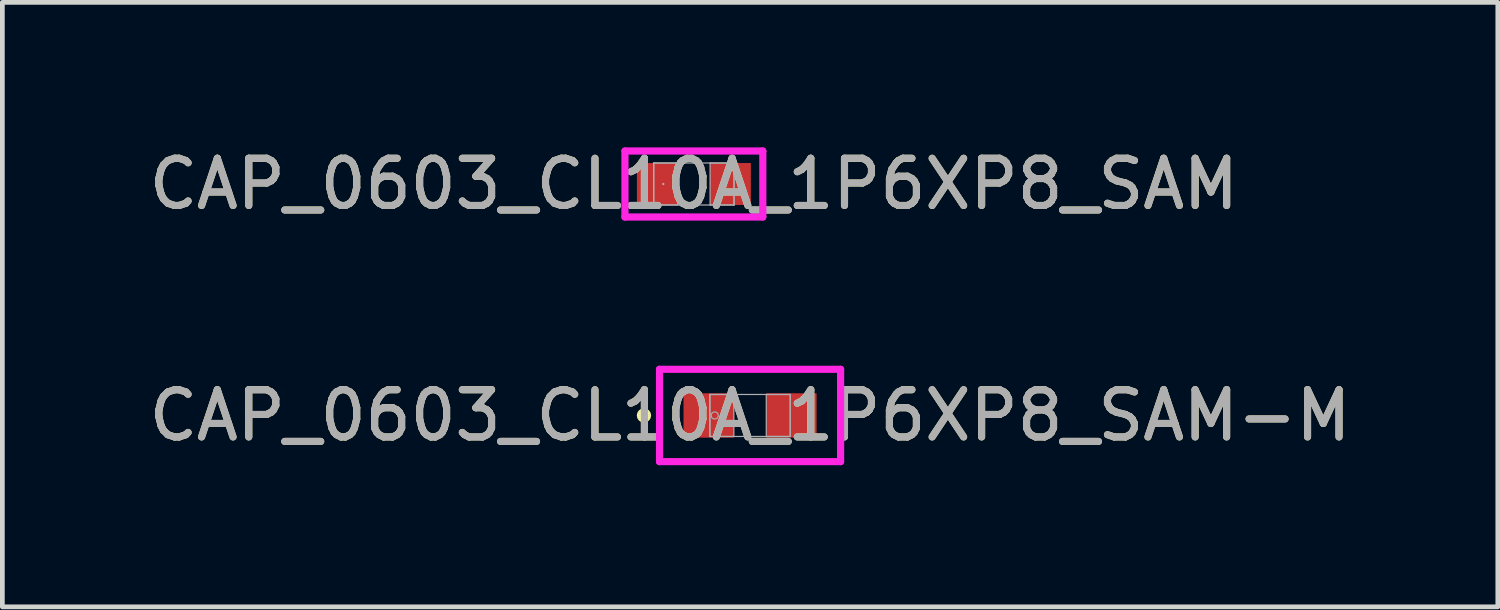
<source format=kicad_pcb>
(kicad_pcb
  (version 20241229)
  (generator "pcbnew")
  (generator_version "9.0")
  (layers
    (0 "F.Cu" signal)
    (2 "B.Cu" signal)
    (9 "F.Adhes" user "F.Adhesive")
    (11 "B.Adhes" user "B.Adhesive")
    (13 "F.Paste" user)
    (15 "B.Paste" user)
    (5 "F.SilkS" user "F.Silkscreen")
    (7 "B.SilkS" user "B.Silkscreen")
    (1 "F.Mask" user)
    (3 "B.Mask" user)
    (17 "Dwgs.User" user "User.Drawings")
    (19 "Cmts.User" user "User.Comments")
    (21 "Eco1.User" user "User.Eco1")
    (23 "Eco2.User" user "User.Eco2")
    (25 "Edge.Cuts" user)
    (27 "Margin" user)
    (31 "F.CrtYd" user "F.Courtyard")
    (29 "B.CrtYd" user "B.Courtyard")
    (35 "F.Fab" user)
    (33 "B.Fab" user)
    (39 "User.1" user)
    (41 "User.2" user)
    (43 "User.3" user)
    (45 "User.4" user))
  (footprint "CAP_0603_CL10A_1P6XP8_SAM"
    (layer "F.Cu")
    (at 11.649 0.848)
    (property "Reference" "CAP_0603_CL10A_1P6XP8_SAM" (at 0 0 0) (unlocked yes) (layer "F.SilkS") (effects (font (size 1 1) (thickness 0.15))))
    (attr smd)
    (fp_line (start -1.46 -0.699) (end 1.46 -0.699) (stroke (width 0.152) (type solid)) (layer "F.CrtYd"))
    (fp_line (start -1.46 0.699) (end -1.46 -0.699) (stroke (width 0.152) (type solid)) (layer "F.CrtYd"))
    (fp_line (start 1.46 -0.699) (end 1.46 0.699) (stroke (width 0.152) (type solid)) (layer "F.CrtYd"))
    (fp_line (start 1.46 0.699) (end -1.46 0.699) (stroke (width 0.152) (type solid)) (layer "F.CrtYd"))
    (fp_line (start -0.851 -0.445) (end -0.851 0.445) (stroke (width 0.025) (type solid)) (layer "F.Fab"))
    (fp_line (start -0.851 -0.445) (end -0.851 0.445) (stroke (width 0.025) (type solid)) (layer "F.Fab"))
    (fp_line (start -0.851 0.445) (end -0.343 0.445) (stroke (width 0.025) (type solid)) (layer "F.Fab"))
    (fp_line (start -0.851 0.445) (end 0.851 0.445) (stroke (width 0.025) (type solid)) (layer "F.Fab"))
    (fp_line (start -0.343 -0.445) (end -0.851 -0.445) (stroke (width 0.025) (type solid)) (layer "F.Fab"))
    (fp_line (start -0.343 0.445) (end -0.343 -0.445) (stroke (width 0.025) (type solid)) (layer "F.Fab"))
    (fp_line (start 0.343 -0.445) (end 0.343 0.445) (stroke (width 0.025) (type solid)) (layer "F.Fab"))
    (fp_line (start 0.343 0.445) (end 0.851 0.445) (stroke (width 0.025) (type solid)) (layer "F.Fab"))
    (fp_line (start 0.851 -0.445) (end -0.851 -0.445) (stroke (width 0.025) (type solid)) (layer "F.Fab"))
    (fp_line (start 0.851 -0.445) (end 0.343 -0.445) (stroke (width 0.025) (type solid)) (layer "F.Fab"))
    (fp_line (start 0.851 0.445) (end 0.851 -0.445) (stroke (width 0.025) (type solid)) (layer "F.Fab"))
    (fp_line (start 0.851 0.445) (end 0.851 -0.445) (stroke (width 0.025) (type solid)) (layer "F.Fab"))
    (fp_circle (center -0.648 0) (end -0.648 0) (stroke (width 0.025) (type solid)) (fill no) (layer "F.Fab"))
    (fp_text user "${REFERENCE}" (at 0 0 0) (unlocked yes) (layer "F.Fab") (effects (font (size 1 1) (thickness 0.15))))
    (pad "1" smd rect (at -0.775 0) (size 0.864 0.889) (layers "F.Cu" "F.Mask" "F.Paste"))
    (pad "2" smd rect (at 0.775 0) (size 0.864 0.889) (layers "F.Cu" "F.Mask" "F.Paste"))
    (zone (net_name "") (layer "F.Cu") (hatch full 0.508) (connect_pads) (min_thickness 0.254) (filled_areas_thickness no) (keepout (tracks not_allowed) (vias not_allowed) (pads allowed) (copperpour not_allowed) (footprints allowed)) (placement (enabled no)) (fill) (polygon (pts (xy 11.357 0.455) (xy 11.941 0.455) (xy 11.941 1.242) (xy 11.357 1.242)))))
  (footprint "CAP_0603_CL10A_1P6XP8_SAM-M"
    (layer "F.Cu")
    (at 12.839 5.751)
    (property "Reference" "CAP_0603_CL10A_1P6XP8_SAM-M" (at 0 0 0) (unlocked yes) (layer "F.SilkS") (effects (font (size 1 1) (thickness 0.15))))
    (attr smd)
    (fp_circle (center -2.248 0) (end -2.172 0) (stroke (width 0.152) (type solid)) (fill no) (layer "F.SilkS"))
    (fp_line (start -1.918 -0.978) (end 1.918 -0.978) (stroke (width 0.152) (type solid)) (layer "F.CrtYd"))
    (fp_line (start -1.918 0.978) (end -1.918 -0.978) (stroke (width 0.152) (type solid)) (layer "F.CrtYd"))
    (fp_line (start 1.918 -0.978) (end 1.918 0.978) (stroke (width 0.152) (type solid)) (layer "F.CrtYd"))
    (fp_line (start 1.918 0.978) (end -1.918 0.978) (stroke (width 0.152) (type solid)) (layer "F.CrtYd"))
    (fp_line (start -0.851 -0.445) (end -0.851 0.445) (stroke (width 0.025) (type solid)) (layer "F.Fab"))
    (fp_line (start -0.851 -0.445) (end -0.851 0.445) (stroke (width 0.025) (type solid)) (layer "F.Fab"))
    (fp_line (start -0.851 0.445) (end -0.343 0.445) (stroke (width 0.025) (type solid)) (layer "F.Fab"))
    (fp_line (start -0.851 0.445) (end 0.851 0.445) (stroke (width 0.025) (type solid)) (layer "F.Fab"))
    (fp_line (start -0.343 -0.445) (end -0.851 -0.445) (stroke (width 0.025) (type solid)) (layer "F.Fab"))
    (fp_line (start -0.343 0.445) (end -0.343 -0.445) (stroke (width 0.025) (type solid)) (layer "F.Fab"))
    (fp_line (start 0.343 -0.445) (end 0.343 0.445) (stroke (width 0.025) (type solid)) (layer "F.Fab"))
    (fp_line (start 0.343 0.445) (end 0.851 0.445) (stroke (width 0.025) (type solid)) (layer "F.Fab"))
    (fp_line (start 0.851 -0.445) (end -0.851 -0.445) (stroke (width 0.025) (type solid)) (layer "F.Fab"))
    (fp_line (start 0.851 -0.445) (end 0.343 -0.445) (stroke (width 0.025) (type solid)) (layer "F.Fab"))
    (fp_line (start 0.851 0.445) (end 0.851 -0.445) (stroke (width 0.025) (type solid)) (layer "F.Fab"))
    (fp_line (start 0.851 0.445) (end 0.851 -0.445) (stroke (width 0.025) (type solid)) (layer "F.Fab"))
    (fp_circle (center -0.749 0) (end -0.673 0) (stroke (width 0.025) (type solid)) (fill no) (layer "F.Fab"))
    (fp_text user "${REFERENCE}" (at 0 0 0) (unlocked yes) (layer "F.Fab") (effects (font (size 1 1) (thickness 0.15))))
    (pad "1" smd rect (at -0.876 0) (size 1.067 0.94) (layers "F.Cu" "F.Mask" "F.Paste"))
    (pad "2" smd rect (at 0.876 0) (size 1.067 0.94) (layers "F.Cu" "F.Mask" "F.Paste"))
    (zone (net_name "") (layer "F.Cu") (hatch full 0.508) (connect_pads) (min_thickness 0.254) (filled_areas_thickness no) (keepout (tracks not_allowed) (vias not_allowed) (pads allowed) (copperpour not_allowed) (footprints allowed)) (placement (enabled no)) (fill) (polygon (pts (xy 12.547 5.357) (xy 13.131 5.357) (xy 13.131 6.144) (xy 12.547 6.144)))))
  (gr_rect
    (start -3 -3)
    (end 28.679 9.805)
    (stroke (width 0.1) (type default))
    (fill no)
    (layer "Edge.Cuts")))
</source>
